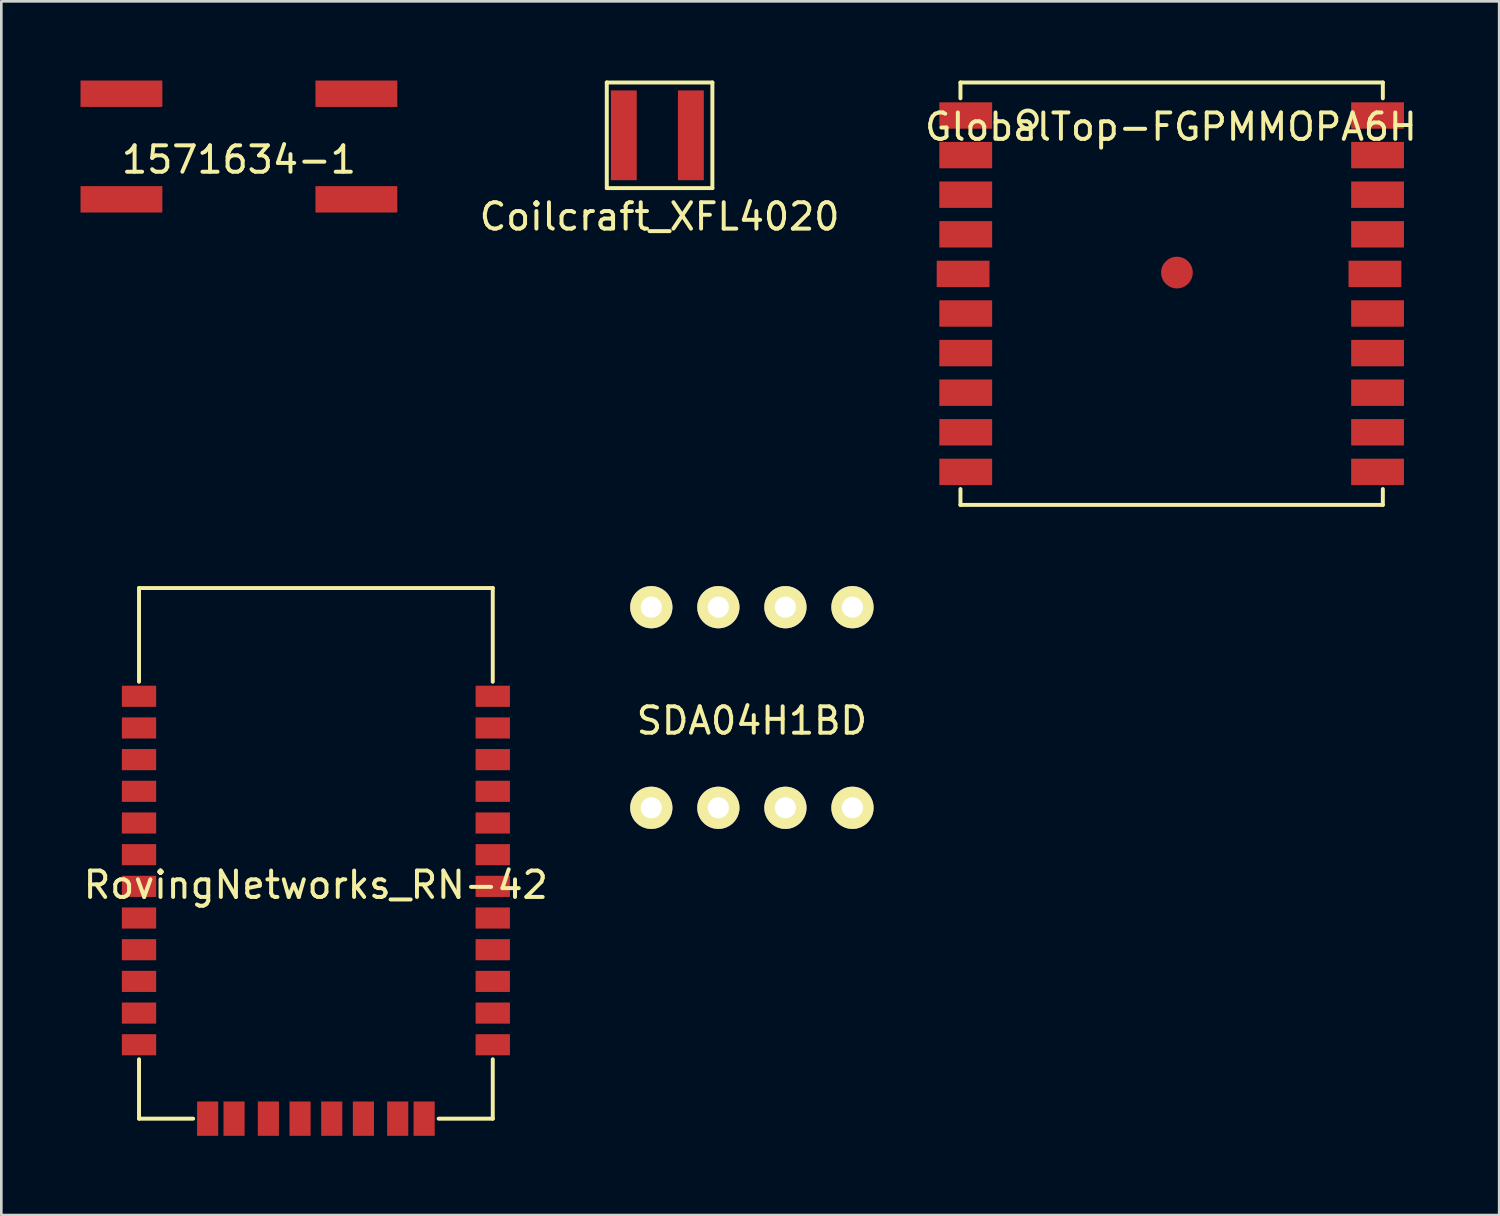
<source format=kicad_pcb>
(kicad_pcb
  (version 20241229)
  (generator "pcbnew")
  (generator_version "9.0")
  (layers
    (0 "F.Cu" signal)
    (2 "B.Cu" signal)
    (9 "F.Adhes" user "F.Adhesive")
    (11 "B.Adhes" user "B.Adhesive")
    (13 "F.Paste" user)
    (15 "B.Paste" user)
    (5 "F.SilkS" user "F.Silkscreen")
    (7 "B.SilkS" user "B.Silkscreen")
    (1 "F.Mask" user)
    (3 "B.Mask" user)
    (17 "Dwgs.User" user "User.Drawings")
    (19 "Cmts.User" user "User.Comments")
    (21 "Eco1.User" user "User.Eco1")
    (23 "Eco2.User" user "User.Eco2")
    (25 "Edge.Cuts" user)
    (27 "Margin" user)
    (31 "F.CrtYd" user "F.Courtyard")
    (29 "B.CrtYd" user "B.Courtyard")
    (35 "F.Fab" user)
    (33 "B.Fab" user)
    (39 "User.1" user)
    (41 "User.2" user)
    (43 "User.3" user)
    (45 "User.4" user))
  (footprint "SDA04H1BD"
    (layer "F.Cu")
    (at 25.431 23.75)
    (property "Reference" "SDA04H1BD" (at 0 0.5 0) (layer "F.SilkS") (effects (font (size 1 1) (thickness 0.15))))
    (attr through_hole)
    (pad "1" thru_hole circle (at -3.81 -3.8) (size 1.6 1.6) (drill 0.8) (layers "*.Cu" "*.Mask" "F.SilkS"))
    (pad "2" thru_hole circle (at -1.27 -3.8) (size 1.6 1.6) (drill 0.8) (layers "*.Cu" "*.Mask" "F.SilkS"))
    (pad "3" thru_hole circle (at 1.27 -3.8) (size 1.6 1.6) (drill 0.8) (layers "*.Cu" "*.Mask" "F.SilkS"))
    (pad "4" thru_hole circle (at 3.81 -3.8) (size 1.6 1.6) (drill 0.8) (layers "*.Cu" "*.Mask" "F.SilkS"))
    (pad "5" thru_hole circle (at 3.81 3.8) (size 1.6 1.6) (drill 0.8) (layers "*.Cu" "*.Mask" "F.SilkS"))
    (pad "6" thru_hole circle (at 1.27 3.8) (size 1.6 1.6) (drill 0.8) (layers "*.Cu" "*.Mask" "F.SilkS"))
    (pad "7" thru_hole circle (at -1.27 3.8) (size 1.6 1.6) (drill 0.8) (layers "*.Cu" "*.Mask" "F.SilkS"))
    (pad "8" thru_hole circle (at -3.81 3.8) (size 1.6 1.6) (drill 0.8) (layers "*.Cu" "*.Mask" "F.SilkS")))
  (footprint "Coilcraft_XFL4020"
    (layer "F.Cu")
    (at 21.935 2.075)
    (property "Reference" "Coilcraft_XFL4020" (at 0 3.08 0) (layer "F.SilkS") (effects (font (size 1 1) (thickness 0.15))))
    (attr through_hole)
    (fp_line (start -2 2) (end -2 -2) (stroke (width 0.15) (type solid)) (layer "F.SilkS"))
    (fp_line (start -2 2) (end 2 2) (stroke (width 0.15) (type solid)) (layer "F.SilkS"))
    (fp_line (start 2 -2) (end -2 -2) (stroke (width 0.15) (type solid)) (layer "F.SilkS"))
    (fp_line (start 2 2) (end 2 -2) (stroke (width 0.15) (type solid)) (layer "F.SilkS"))
    (pad "1" smd rect (at -1.355 0) (size 0.98 3.4) (layers "F.Cu" "F.Mask" "F.Paste"))
    (pad "2" smd rect (at 1.185 0) (size 0.98 3.4) (layers "F.Cu" "F.Mask" "F.Paste")))
  (footprint "GlobalTop-FGPMMOPA6H"
    (layer "F.Cu")
    (at 41.332 8.075)
    (property "Reference" "GlobalTop-FGPMMOPA6H" (at -0.028 -6.32 0) (layer "F.SilkS") (effects (font (size 1 1) (thickness 0.15))))
    (attr through_hole)
    (fp_line (start -8 -8) (end -8 -7.4) (stroke (width 0.15) (type solid)) (layer "F.SilkS"))
    (fp_line (start -8 8) (end -8 7.4) (stroke (width 0.15) (type solid)) (layer "F.SilkS"))
    (fp_line (start -8 8) (end 8 8) (stroke (width 0.15) (type solid)) (layer "F.SilkS"))
    (fp_line (start 8 -8) (end -8 -8) (stroke (width 0.15) (type solid)) (layer "F.SilkS"))
    (fp_line (start 8 -8) (end 8 -7.4) (stroke (width 0.15) (type solid)) (layer "F.SilkS"))
    (fp_line (start 8 8) (end 8 7.4) (stroke (width 0.15) (type solid)) (layer "F.SilkS"))
    (fp_circle (center -5.448 -6.599) (end -5.784 -6.543) (stroke (width 0.15) (type solid)) (fill no) (layer "F.SilkS"))
    (pad "" connect circle (at 0.2 -0.8) (size 1.2 1.2) (layers "F.Cu" "F.Mask"))
    (pad "1" smd rect (at -7.8 -6.75) (size 2 1) (layers "F.Cu" "F.Mask" "F.Paste"))
    (pad "2" smd rect (at -7.8 -5.25) (size 2 1) (layers "F.Cu" "F.Mask" "F.Paste"))
    (pad "3" smd rect (at -7.8 -3.75) (size 2 1) (layers "F.Cu" "F.Mask" "F.Paste"))
    (pad "4" smd rect (at -7.8 -2.25) (size 2 1) (layers "F.Cu" "F.Mask" "F.Paste"))
    (pad "5" smd rect (at -7.9 -0.75) (size 2 1) (layers "F.Cu" "F.Mask" "F.Paste"))
    (pad "6" smd rect (at -7.8 0.75) (size 2 1) (layers "F.Cu" "F.Mask" "F.Paste"))
    (pad "7" smd rect (at -7.8 2.25) (size 2 1) (layers "F.Cu" "F.Mask" "F.Paste"))
    (pad "8" smd rect (at -7.8 3.75) (size 2 1) (layers "F.Cu" "F.Mask" "F.Paste"))
    (pad "9" smd rect (at -7.8 5.25) (size 2 1) (layers "F.Cu" "F.Mask" "F.Paste"))
    (pad "10" connect rect (at -7.8 6.75) (size 2 1) (layers "F.Cu" "F.Mask"))
    (pad "11" connect rect (at 7.8 6.75) (size 2 1) (layers "F.Cu" "F.Mask"))
    (pad "12" smd rect (at 7.8 5.25) (size 2 1) (layers "F.Cu" "F.Mask" "F.Paste"))
    (pad "13" smd rect (at 7.8 3.75) (size 2 1) (layers "F.Cu" "F.Mask" "F.Paste"))
    (pad "14" smd rect (at 7.8 2.25) (size 2 1) (layers "F.Cu" "F.Mask" "F.Paste"))
    (pad "15" smd rect (at 7.8 0.75) (size 2 1) (layers "F.Cu" "F.Mask" "F.Paste"))
    (pad "16" smd rect (at 7.7 -0.75) (size 2 1) (layers "F.Cu" "F.Mask" "F.Paste"))
    (pad "17" smd rect (at 7.8 -2.25) (size 2 1) (layers "F.Cu" "F.Mask" "F.Paste"))
    (pad "18" smd rect (at 7.8 -3.75) (size 2 1) (layers "F.Cu" "F.Mask" "F.Paste"))
    (pad "19" smd rect (at 7.8 -5.25) (size 2 1) (layers "F.Cu" "F.Mask" "F.Paste"))
    (pad "20" smd rect (at 7.8 -6.75) (size 2 1) (layers "F.Cu" "F.Mask" "F.Paste")))
  (footprint "1571634-1"
    (layer "F.Cu")
    (at 6 2.5)
    (property "Reference" "1571634-1" (at 0 0.5 0) (layer "F.SilkS") (effects (font (size 1 1) (thickness 0.15))))
    (attr through_hole)
    (pad "1" smd rect (at -4.45 -2) (size 3.1 1) (layers "F.Cu" "F.Mask" "F.Paste"))
    (pad "1" smd rect (at 4.45 -2) (size 3.1 1) (layers "F.Cu" "F.Mask" "F.Paste"))
    (pad "2" smd rect (at -4.45 2) (size 3.1 1) (layers "F.Cu" "F.Mask" "F.Paste"))
    (pad "2" smd rect (at 4.45 2) (size 3.1 1) (layers "F.Cu" "F.Mask" "F.Paste")))
  (footprint "RovingNetworks_RN-42"
    (layer "F.Cu")
    (at 8.911 30.471)
    (property "Reference" "RovingNetworks_RN-42" (at 0 0 0) (layer "F.SilkS") (effects (font (size 1 1) (thickness 0.15))))
    (attr through_hole)
    (fp_line (start -6.695 -11.246) (end 6.705 -11.246) (stroke (width 0.15) (type solid)) (layer "F.SilkS"))
    (fp_line (start -6.695 -7.696) (end -6.695 -11.246) (stroke (width 0.15) (type solid)) (layer "F.SilkS"))
    (fp_line (start -6.695 6.604) (end -6.695 8.854) (stroke (width 0.15) (type solid)) (layer "F.SilkS"))
    (fp_line (start -6.695 8.854) (end -4.645 8.854) (stroke (width 0.15) (type solid)) (layer "F.SilkS"))
    (fp_line (start 4.655 8.854) (end 6.705 8.854) (stroke (width 0.15) (type solid)) (layer "F.SilkS"))
    (fp_line (start 6.705 -11.246) (end 6.705 -7.696) (stroke (width 0.15) (type solid)) (layer "F.SilkS"))
    (fp_line (start 6.705 8.854) (end 6.705 6.604) (stroke (width 0.15) (type solid)) (layer "F.SilkS"))
    (pad "1" smd rect (at -6.695 -7.146) (size 1.3 0.8) (layers "F.Cu" "F.Mask" "F.Paste"))
    (pad "2" smd rect (at -6.695 -5.946) (size 1.3 0.8) (layers "F.Cu" "F.Mask" "F.Paste"))
    (pad "3" smd rect (at -6.695 -4.746) (size 1.3 0.8) (layers "F.Cu" "F.Mask" "F.Paste"))
    (pad "4" smd rect (at -6.695 -3.546) (size 1.3 0.8) (layers "F.Cu" "F.Mask" "F.Paste"))
    (pad "5" smd rect (at -6.695 -2.346) (size 1.3 0.8) (layers "F.Cu" "F.Mask" "F.Paste"))
    (pad "6" smd rect (at -6.695 -1.146) (size 1.3 0.8) (layers "F.Cu" "F.Mask" "F.Paste"))
    (pad "7" smd rect (at -6.695 0.054) (size 1.3 0.8) (layers "F.Cu" "F.Mask" "F.Paste"))
    (pad "8" smd rect (at -6.695 1.254) (size 1.3 0.8) (layers "F.Cu" "F.Mask" "F.Paste"))
    (pad "9" smd rect (at -6.695 2.454) (size 1.3 0.8) (layers "F.Cu" "F.Mask" "F.Paste"))
    (pad "10" smd rect (at -6.695 3.654) (size 1.3 0.8) (layers "F.Cu" "F.Mask" "F.Paste"))
    (pad "11" smd rect (at -6.695 4.854) (size 1.3 0.8) (layers "F.Cu" "F.Mask" "F.Paste"))
    (pad "12" smd rect (at -6.695 6.054) (size 1.3 0.8) (layers "F.Cu" "F.Mask" "F.Paste"))
    (pad "13" smd rect (at 6.705 6.054) (size 1.3 0.8) (layers "F.Cu" "F.Mask" "F.Paste"))
    (pad "14" smd rect (at 6.705 4.854) (size 1.3 0.8) (layers "F.Cu" "F.Mask" "F.Paste"))
    (pad "15" smd rect (at 6.705 3.654) (size 1.3 0.8) (layers "F.Cu" "F.Mask" "F.Paste"))
    (pad "16" smd rect (at 6.705 2.454) (size 1.3 0.8) (layers "F.Cu" "F.Mask" "F.Paste"))
    (pad "17" smd rect (at 6.705 1.254) (size 1.3 0.8) (layers "F.Cu" "F.Mask" "F.Paste"))
    (pad "18" smd rect (at 6.705 0.054) (size 1.3 0.8) (layers "F.Cu" "F.Mask" "F.Paste"))
    (pad "19" smd rect (at 6.705 -1.146) (size 1.3 0.8) (layers "F.Cu" "F.Mask" "F.Paste"))
    (pad "20" smd rect (at 6.705 -2.346) (size 1.3 0.8) (layers "F.Cu" "F.Mask" "F.Paste"))
    (pad "21" smd rect (at 6.705 -3.546) (size 1.3 0.8) (layers "F.Cu" "F.Mask" "F.Paste"))
    (pad "22" smd rect (at 6.705 -4.746) (size 1.3 0.8) (layers "F.Cu" "F.Mask" "F.Paste"))
    (pad "23" smd rect (at 6.705 -5.946) (size 1.3 0.8) (layers "F.Cu" "F.Mask" "F.Paste"))
    (pad "24" smd rect (at 6.705 -7.146) (size 1.3 0.8) (layers "F.Cu" "F.Mask" "F.Paste"))
    (pad "28" smd rect (at 3.105 8.854) (size 0.8 1.3) (layers "F.Cu" "F.Mask" "F.Paste"))
    (pad "29" smd rect (at -3.095 8.854) (size 0.8 1.3) (layers "F.Cu" "F.Mask" "F.Paste"))
    (pad "30" smd rect (at 4.105 8.854) (size 0.8 1.3) (layers "F.Cu" "F.Mask" "F.Paste"))
    (pad "31" smd rect (at 1.805 8.854) (size 0.8 1.3) (layers "F.Cu" "F.Mask" "F.Paste"))
    (pad "32" smd rect (at 0.605 8.854) (size 0.8 1.3) (layers "F.Cu" "F.Mask" "F.Paste"))
    (pad "33" smd rect (at -0.595 8.854) (size 0.8 1.3) (layers "F.Cu" "F.Mask" "F.Paste"))
    (pad "34" smd rect (at -1.795 8.854) (size 0.8 1.3) (layers "F.Cu" "F.Mask" "F.Paste"))
    (pad "35" smd rect (at -4.095 8.854) (size 0.8 1.3) (layers "F.Cu" "F.Mask" "F.Paste")))
  (gr_rect
    (start -3 -3)
    (end 53.738 42.975)
    (stroke (width 0.1) (type default))
    (fill no)
    (layer "Edge.Cuts")))
</source>
